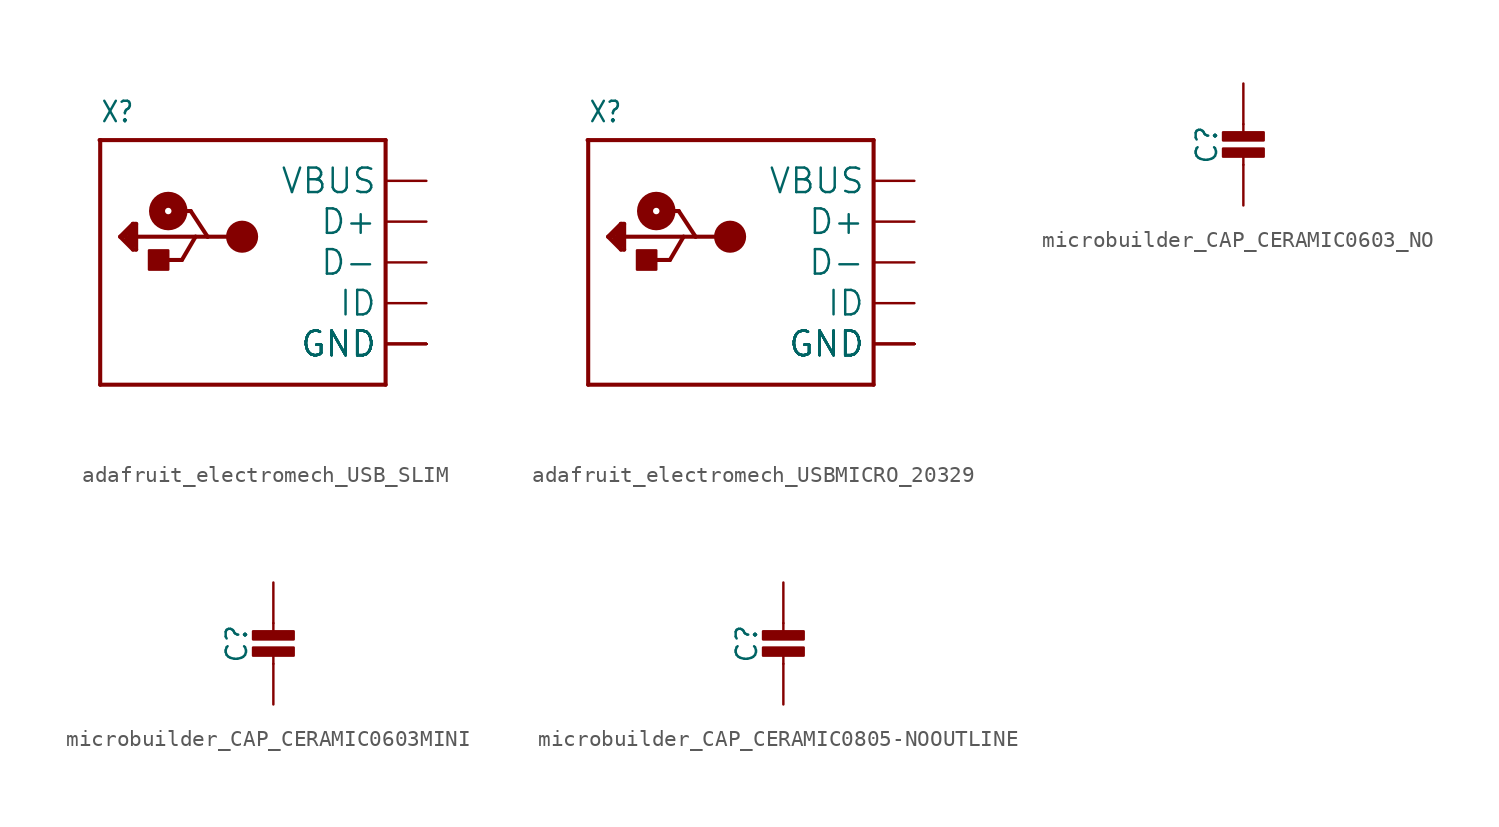
<source format=kicad_sym>
(kicad_symbol_lib
  (version 20241209)
  (generator "kicad_symbol_editor")
  (generator_version "9.0")
  (symbol "adafruit_electromech_USB_SLIM"
    (property "Reference" "X"
      (at -10.16 8.636 0)
      (effects (font (size 1.27 1.079)) (justify left bottom)))
    (property "Value" ""
      (at -10.16 -10.16 0)
      (effects (font (size 1.27 1.079)) (justify left bottom)))
    (property "ki_locked" ""
      (at 0 0 0)
      (effects (font (size 1.27 1.27))))
    (symbol "adafruit_electromech_USB_SLIM_1_0"
      (polyline (pts (xy -10.2 7.62) (xy -10.16 7.62)) (stroke (width 0.254) (type solid)) (fill (type none)))
      (polyline (pts (xy -10.16 7.62) (xy -10.16 -7.62)) (stroke (width 0.254) (type solid)) (fill (type none)))
      (polyline (pts (xy -10.16 7.62) (xy 7.62 7.62)) (stroke (width 0.254) (type solid)) (fill (type none)))
      (polyline (pts (xy -10.16 -7.62) (xy 7.62 -7.62)) (stroke (width 0.254) (type solid)) (fill (type none)))
      (polyline (pts (xy -8.92 1.6) (xy -8.12 2.4)) (stroke (width 0.254) (type solid)) (fill (type none)))
      (polyline (pts (xy -8.52 1.6) (xy -8.52 1.4)) (stroke (width 0.254) (type solid)) (fill (type none)))
      (polyline (pts (xy -8.52 1.4) (xy -8.32 1.2)) (stroke (width 0.254) (type solid)) (fill (type none)))
      (polyline (pts (xy -8.32 2) (xy -8.72 1.6)) (stroke (width 0.254) (type solid)) (fill (type none)))
      (polyline (pts (xy -8.32 1.2) (xy -8.32 2)) (stroke (width 0.254) (type solid)) (fill (type none)))
      (polyline (pts (xy -8.12 2.4) (xy -7.92 2.4)) (stroke (width 0.254) (type solid)) (fill (type none)))
      (polyline (pts (xy -8.12 1) (xy -8.12 2.4)) (stroke (width 0.254) (type solid)) (fill (type none)))
      (polyline (pts (xy -8.12 0.8) (xy -8.92 1.6)) (stroke (width 0.254) (type solid)) (fill (type none)))
      (polyline (pts (xy -7.92 2.4) (xy -7.92 1.6)) (stroke (width 0.254) (type solid)) (fill (type none)))
      (polyline (pts (xy -7.92 1.6) (xy -7.92 0.8)) (stroke (width 0.254) (type solid)) (fill (type none)))
      (polyline (pts (xy -7.92 0.8) (xy -8.12 0.8)) (stroke (width 0.254) (type solid)) (fill (type none)))
      (rectangle (start -7.12 -0.45) (end -5.92 0.75) (stroke (width 0) (type default)) (fill (type outline)))
      (polyline (pts (xy -6.27 0.15) (xy -5.07 0.15)) (stroke (width 0.254) (type solid)) (fill (type none)))
      (circle (center -5.92 3.2) (radius 0.2) (stroke (width 1) (type solid)) (fill (type none)))
      (polyline (pts (xy -5.52 3.2) (xy -4.52 3.2)) (stroke (width 0.254) (type solid)) (fill (type none)))
      (polyline (pts (xy -5.07 0.15) (xy -4.22 1.6)) (stroke (width 0.254) (type solid)) (fill (type none)))
      (polyline (pts (xy -4.52 3.2) (xy -3.47 1.6)) (stroke (width 0.254) (type solid)) (fill (type none)))
      (polyline (pts (xy -4.22 1.6) (xy -7.92 1.6)) (stroke (width 0.254) (type solid)) (fill (type none)))
      (polyline (pts (xy -3.47 1.6) (xy -4.22 1.6)) (stroke (width 0.254) (type solid)) (fill (type none)))
      (circle (center -1.32 1.6) (radius 0.5) (stroke (width 1) (type solid)) (fill (type none)))
      (polyline (pts (xy -1.32 1.6) (xy -3.47 1.6)) (stroke (width 0.254) (type solid)) (fill (type none)))
      (polyline (pts (xy 7.62 7.62) (xy 7.62 -7.62)) (stroke (width 0.254) (type solid)) (fill (type none)))
      (pin power_in line (at 10.16 5.08 180) (length 2.54) (name "VBUS" (effects (font (size 1.524 1.524)))) (number "VBUS" (effects (font (size 0 0)))))
      (pin bidirectional line (at 10.16 2.54 180) (length 2.54) (name "D+" (effects (font (size 1.524 1.524)))) (number "D+" (effects (font (size 0 0)))))
      (pin bidirectional line (at 10.16 0 180) (length 2.54) (name "D-" (effects (font (size 1.524 1.524)))) (number "D-" (effects (font (size 0 0)))))
      (pin bidirectional line (at 10.16 -2.54 180) (length 2.54) (name "ID" (effects (font (size 1.524 1.524)))) (number "ID" (effects (font (size 0 0)))))
      (pin power_in line (at 10.16 -5.08 180) (length 2.54) (name "GND" (effects (font (size 1.524 1.524)))) (number "BASE@1" (effects (font (size 0 0)))))
      (pin power_in line (at 10.16 -5.08 180) (length 2.54) (name "GND" (effects (font (size 1.524 1.524)))) (number "BASE@2" (effects (font (size 0 0)))))
      (pin power_in line (at 10.16 -5.08 180) (length 2.54) (name "GND" (effects (font (size 1.524 1.524)))) (number "GND" (effects (font (size 0 0)))))
      (pin power_in line (at 10.16 -5.08 180) (length 2.54) (name "GND" (effects (font (size 1.524 1.524)))) (number "SPRT@1" (effects (font (size 0 0)))))
      (pin power_in line (at 10.16 -5.08 180) (length 2.54) (name "GND" (effects (font (size 1.524 1.524)))) (number "SPRT@2" (effects (font (size 0 0)))))
      (pin power_in line (at 10.16 -5.08 180) (length 2.54) (name "GND" (effects (font (size 1.524 1.524)))) (number "SPRT@3" (effects (font (size 0 0)))))
      (pin power_in line (at 10.16 -5.08 180) (length 2.54) (name "GND" (effects (font (size 1.524 1.524)))) (number "SPRT@4" (effects (font (size 0 0)))))))
  (symbol "adafruit_electromech_USBMICRO_20329"
    (property "Reference" "X"
      (at -10.16 8.636 0)
      (effects (font (size 1.27 1.079)) (justify left bottom)))
    (property "Value" ""
      (at -10.16 -10.16 0)
      (effects (font (size 1.27 1.079)) (justify left bottom)))
    (property "ki_locked" ""
      (at 0 0 0)
      (effects (font (size 1.27 1.27))))
    (symbol "adafruit_electromech_USBMICRO_20329_1_0"
      (polyline (pts (xy -10.2 7.62) (xy -10.16 7.62)) (stroke (width 0.254) (type solid)) (fill (type none)))
      (polyline (pts (xy -10.16 7.62) (xy -10.16 -7.62)) (stroke (width 0.254) (type solid)) (fill (type none)))
      (polyline (pts (xy -10.16 7.62) (xy 7.62 7.62)) (stroke (width 0.254) (type solid)) (fill (type none)))
      (polyline (pts (xy -10.16 -7.62) (xy 7.62 -7.62)) (stroke (width 0.254) (type solid)) (fill (type none)))
      (polyline (pts (xy -8.92 1.6) (xy -8.12 2.4)) (stroke (width 0.254) (type solid)) (fill (type none)))
      (polyline (pts (xy -8.52 1.6) (xy -8.52 1.4)) (stroke (width 0.254) (type solid)) (fill (type none)))
      (polyline (pts (xy -8.52 1.4) (xy -8.32 1.2)) (stroke (width 0.254) (type solid)) (fill (type none)))
      (polyline (pts (xy -8.32 2) (xy -8.72 1.6)) (stroke (width 0.254) (type solid)) (fill (type none)))
      (polyline (pts (xy -8.32 1.2) (xy -8.32 2)) (stroke (width 0.254) (type solid)) (fill (type none)))
      (polyline (pts (xy -8.12 2.4) (xy -7.92 2.4)) (stroke (width 0.254) (type solid)) (fill (type none)))
      (polyline (pts (xy -8.12 1) (xy -8.12 2.4)) (stroke (width 0.254) (type solid)) (fill (type none)))
      (polyline (pts (xy -8.12 0.8) (xy -8.92 1.6)) (stroke (width 0.254) (type solid)) (fill (type none)))
      (polyline (pts (xy -7.92 2.4) (xy -7.92 1.6)) (stroke (width 0.254) (type solid)) (fill (type none)))
      (polyline (pts (xy -7.92 1.6) (xy -7.92 0.8)) (stroke (width 0.254) (type solid)) (fill (type none)))
      (polyline (pts (xy -7.92 0.8) (xy -8.12 0.8)) (stroke (width 0.254) (type solid)) (fill (type none)))
      (rectangle (start -7.12 -0.45) (end -5.92 0.75) (stroke (width 0) (type default)) (fill (type outline)))
      (polyline (pts (xy -6.27 0.15) (xy -5.07 0.15)) (stroke (width 0.254) (type solid)) (fill (type none)))
      (circle (center -5.92 3.2) (radius 0.2) (stroke (width 1) (type solid)) (fill (type none)))
      (polyline (pts (xy -5.52 3.2) (xy -4.52 3.2)) (stroke (width 0.254) (type solid)) (fill (type none)))
      (polyline (pts (xy -5.07 0.15) (xy -4.22 1.6)) (stroke (width 0.254) (type solid)) (fill (type none)))
      (polyline (pts (xy -4.52 3.2) (xy -3.47 1.6)) (stroke (width 0.254) (type solid)) (fill (type none)))
      (polyline (pts (xy -4.22 1.6) (xy -7.92 1.6)) (stroke (width 0.254) (type solid)) (fill (type none)))
      (polyline (pts (xy -3.47 1.6) (xy -4.22 1.6)) (stroke (width 0.254) (type solid)) (fill (type none)))
      (circle (center -1.32 1.6) (radius 0.5) (stroke (width 1) (type solid)) (fill (type none)))
      (polyline (pts (xy -1.32 1.6) (xy -3.47 1.6)) (stroke (width 0.254) (type solid)) (fill (type none)))
      (polyline (pts (xy 7.62 7.62) (xy 7.62 -7.62)) (stroke (width 0.254) (type solid)) (fill (type none)))
      (pin power_in line (at 10.16 5.08 180) (length 2.54) (name "VBUS" (effects (font (size 1.524 1.524)))) (number "VBUS" (effects (font (size 0 0)))))
      (pin bidirectional line (at 10.16 2.54 180) (length 2.54) (name "D+" (effects (font (size 1.524 1.524)))) (number "D+" (effects (font (size 0 0)))))
      (pin bidirectional line (at 10.16 0 180) (length 2.54) (name "D-" (effects (font (size 1.524 1.524)))) (number "D-" (effects (font (size 0 0)))))
      (pin bidirectional line (at 10.16 -2.54 180) (length 2.54) (name "ID" (effects (font (size 1.524 1.524)))) (number "ID" (effects (font (size 0 0)))))
      (pin power_in line (at 10.16 -5.08 180) (length 2.54) (name "GND" (effects (font (size 1.524 1.524)))) (number "BASE@1" (effects (font (size 0 0)))))
      (pin power_in line (at 10.16 -5.08 180) (length 2.54) (name "GND" (effects (font (size 1.524 1.524)))) (number "BASE@2" (effects (font (size 0 0)))))
      (pin power_in line (at 10.16 -5.08 180) (length 2.54) (name "GND" (effects (font (size 1.524 1.524)))) (number "GND" (effects (font (size 0 0)))))
      (pin power_in line (at 10.16 -5.08 180) (length 2.54) (name "GND" (effects (font (size 1.524 1.524)))) (number "SPRT@1" (effects (font (size 0 0)))))
      (pin power_in line (at 10.16 -5.08 180) (length 2.54) (name "GND" (effects (font (size 1.524 1.524)))) (number "SPRT@2" (effects (font (size 0 0)))))
      (pin power_in line (at 10.16 -5.08 180) (length 2.54) (name "GND" (effects (font (size 1.524 1.524)))) (number "SPRT@3" (effects (font (size 0 0)))))
      (pin power_in line (at 10.16 -5.08 180) (length 2.54) (name "GND" (effects (font (size 1.524 1.524)))) (number "SPRT@4" (effects (font (size 0 0)))))))
  (symbol "microbuilder_CAP_CERAMIC0603_NO"
    (property "Reference" "C"
      (at -2.29 1.25 90)
      (effects (font (size 1.27 1.27))))
    (property "Value" ""
      (at 2.3 1.25 90)
      (effects (font (size 1.27 1.27))))
    (property "ki_locked" ""
      (at 0 0 0)
      (effects (font (size 1.27 1.27))))
    (symbol "microbuilder_CAP_CERAMIC0603_NO_1_0"
      (rectangle (start -1.27 1.524) (end 1.27 2.032) (stroke (width 0) (type default)) (fill (type outline)))
      (rectangle (start -1.27 0.508) (end 1.27 1.016) (stroke (width 0) (type default)) (fill (type outline)))
      (polyline (pts (xy 0 2.54) (xy 0 1.778)) (stroke (width 0.152) (type solid)) (fill (type none)))
      (polyline (pts (xy 0 0.762) (xy 0 0)) (stroke (width 0.152) (type solid)) (fill (type none)))
      (pin passive line (at 0 5.08 270) (length 2.54) (name "1" (effects (font (size 0 0)))) (number "1" (effects (font (size 0 0)))))
      (pin passive line (at 0 -2.54 90) (length 2.54) (name "2" (effects (font (size 0 0)))) (number "2" (effects (font (size 0 0)))))))
  (symbol "microbuilder_CAP_CERAMIC0603MINI"
    (property "Reference" "C"
      (at -2.29 1.25 90)
      (effects (font (size 1.27 1.27))))
    (property "Value" ""
      (at 2.3 1.25 90)
      (effects (font (size 1.27 1.27))))
    (property "ki_locked" ""
      (at 0 0 0)
      (effects (font (size 1.27 1.27))))
    (symbol "microbuilder_CAP_CERAMIC0603MINI_1_0"
      (rectangle (start -1.27 1.524) (end 1.27 2.032) (stroke (width 0) (type default)) (fill (type outline)))
      (rectangle (start -1.27 0.508) (end 1.27 1.016) (stroke (width 0) (type default)) (fill (type outline)))
      (polyline (pts (xy 0 2.54) (xy 0 1.778)) (stroke (width 0.152) (type solid)) (fill (type none)))
      (polyline (pts (xy 0 0.762) (xy 0 0)) (stroke (width 0.152) (type solid)) (fill (type none)))
      (pin passive line (at 0 5.08 270) (length 2.54) (name "1" (effects (font (size 0 0)))) (number "1" (effects (font (size 0 0)))))
      (pin passive line (at 0 -2.54 90) (length 2.54) (name "2" (effects (font (size 0 0)))) (number "2" (effects (font (size 0 0)))))))
  (symbol "microbuilder_CAP_CERAMIC0805-NOOUTLINE"
    (property "Reference" "C"
      (at -2.29 1.25 90)
      (effects (font (size 1.27 1.27))))
    (property "Value" ""
      (at 2.3 1.25 90)
      (effects (font (size 1.27 1.27))))
    (property "ki_locked" ""
      (at 0 0 0)
      (effects (font (size 1.27 1.27))))
    (symbol "microbuilder_CAP_CERAMIC0805-NOOUTLINE_1_0"
      (rectangle (start -1.27 1.524) (end 1.27 2.032) (stroke (width 0) (type default)) (fill (type outline)))
      (rectangle (start -1.27 0.508) (end 1.27 1.016) (stroke (width 0) (type default)) (fill (type outline)))
      (polyline (pts (xy 0 2.54) (xy 0 1.778)) (stroke (width 0.152) (type solid)) (fill (type none)))
      (polyline (pts (xy 0 0.762) (xy 0 0)) (stroke (width 0.152) (type solid)) (fill (type none)))
      (pin passive line (at 0 5.08 270) (length 2.54) (name "1" (effects (font (size 0 0)))) (number "1" (effects (font (size 0 0)))))
      (pin passive line (at 0 -2.54 90) (length 2.54) (name "2" (effects (font (size 0 0)))) (number "2" (effects (font (size 0 0))))))))
</source>
